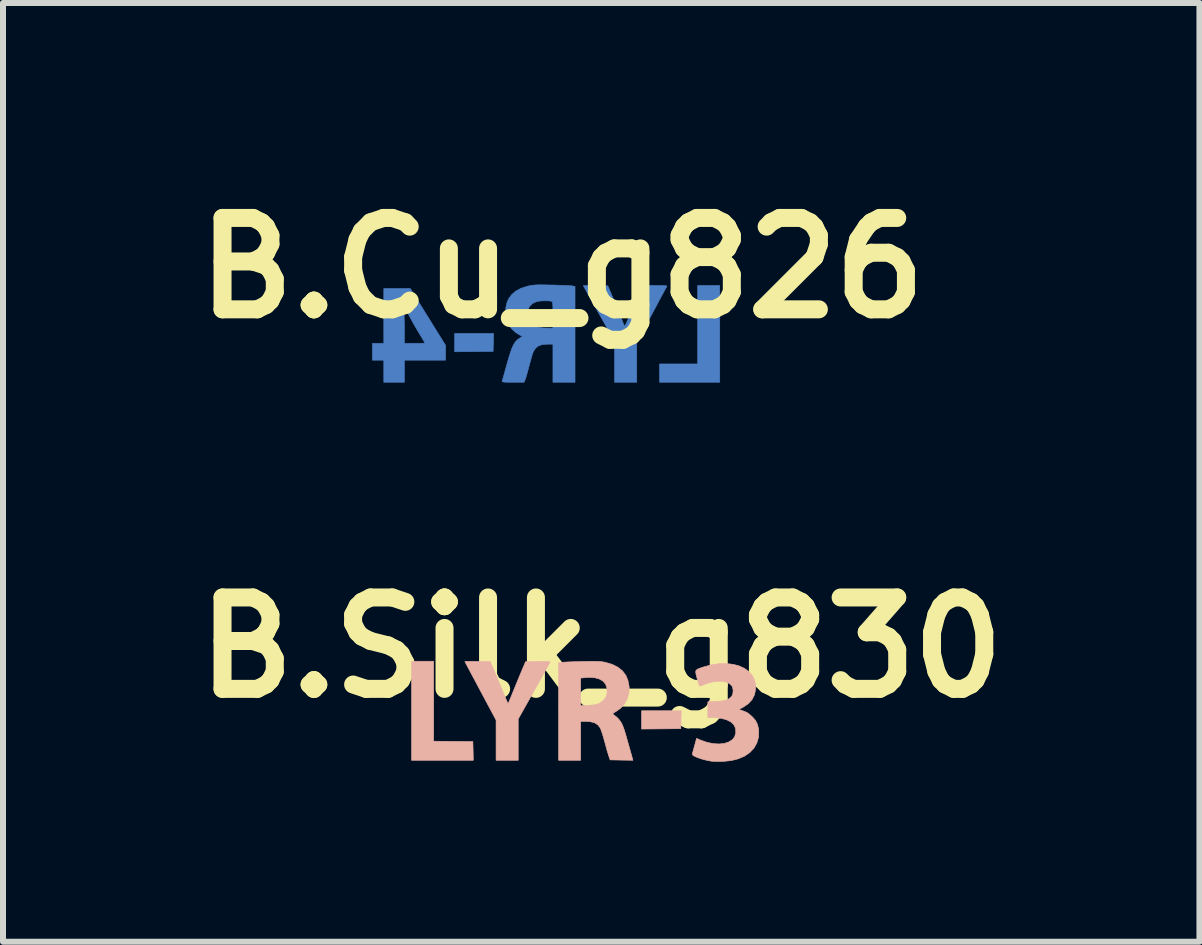
<source format=kicad_pcb>
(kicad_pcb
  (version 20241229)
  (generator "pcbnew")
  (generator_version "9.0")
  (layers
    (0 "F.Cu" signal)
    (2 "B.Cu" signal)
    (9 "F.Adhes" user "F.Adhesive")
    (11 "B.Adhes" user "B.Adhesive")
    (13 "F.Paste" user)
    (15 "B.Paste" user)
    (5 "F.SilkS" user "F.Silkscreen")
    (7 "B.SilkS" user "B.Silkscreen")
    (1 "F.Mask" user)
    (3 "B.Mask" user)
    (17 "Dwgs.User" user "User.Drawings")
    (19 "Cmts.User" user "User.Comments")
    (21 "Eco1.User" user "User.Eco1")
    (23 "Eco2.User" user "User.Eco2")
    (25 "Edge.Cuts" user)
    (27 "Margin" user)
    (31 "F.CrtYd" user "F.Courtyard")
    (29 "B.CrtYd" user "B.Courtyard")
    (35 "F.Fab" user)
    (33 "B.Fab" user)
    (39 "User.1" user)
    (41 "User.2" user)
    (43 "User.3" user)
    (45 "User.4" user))
  (footprint "B.Silk_g830"
    (layer "F.Cu")
    (at 6.974 7.746)
    (property "Reference" "B.Silk_g830" (at 0 0 0) (layer "F.SilkS") (effects (font (size 1.524 1.524) (thickness 0.3))))
    (attr through_hole)
    (fp_poly (pts (xy 1.327 1.353) (xy 0.673 1.359) (xy 0.673 1.054) (xy 1.334 1.054) (xy 1.327 1.353)) (stroke (width 0.01) (type solid)) (fill yes) (layer "B.SilkS"))
    (fp_poly (pts (xy -2.794 1.562) (xy -2.467 1.565) (xy -2.14 1.568) (xy -2.136 1.724) (xy -2.133 1.88) (xy -3.162 1.88) (xy -3.162 0.229) (xy -2.794 0.229) (xy -2.794 1.562)) (stroke (width 0.01) (type solid)) (fill yes) (layer "B.SilkS"))
    (fp_poly (pts (xy -0.887 0.232) (xy -0.865 0.234) (xy -0.856 0.239) (xy -0.855 0.246) (xy -0.856 0.249) (xy -0.864 0.264) (xy -0.883 0.299) (xy -0.912 0.351) (xy -0.949 0.418) (xy -0.993 0.498) (xy -1.043 0.587) (xy -1.098 0.684) (xy -1.124 0.731) (xy -1.384 1.192) (xy -1.384 1.88) (xy -1.753 1.88) (xy -1.753 1.21) (xy -2.013 0.724) (xy -2.068 0.621) (xy -2.118 0.526) (xy -2.164 0.441) (xy -2.203 0.367) (xy -2.235 0.307) (xy -2.258 0.263) (xy -2.271 0.238) (xy -2.273 0.233) (xy -2.261 0.231) (xy -2.228 0.231) (xy -2.178 0.23) (xy -2.115 0.231) (xy -2.062 0.231) (xy -1.851 0.235) (xy -1.784 0.39) (xy -1.754 0.459) (xy -1.719 0.543) (xy -1.682 0.632) (xy -1.647 0.717) (xy -1.637 0.742) (xy -1.61 0.807) (xy -1.587 0.862) (xy -1.568 0.904) (xy -1.556 0.929) (xy -1.552 0.934) (xy -1.546 0.921) (xy -1.532 0.889) (xy -1.512 0.841) (xy -1.487 0.78) (xy -1.461 0.716) (xy -1.428 0.635) (xy -1.393 0.55) (xy -1.36 0.47) (xy -1.331 0.401) (xy -1.317 0.368) (xy -1.261 0.235) (xy -1.055 0.231) (xy -0.978 0.23) (xy -0.923 0.23) (xy -0.887 0.232)) (stroke (width 0.01) (type solid)) (fill yes) (layer "B.SilkS"))
    (fp_poly (pts (xy -0.083 0.231) (xy -0.032 0.233) (xy 0.011 0.237) (xy 0.048 0.243) (xy 0.064 0.246) (xy 0.182 0.28) (xy 0.278 0.328) (xy 0.355 0.39) (xy 0.412 0.467) (xy 0.446 0.55) (xy 0.466 0.654) (xy 0.462 0.756) (xy 0.436 0.852) (xy 0.389 0.938) (xy 0.322 1.013) (xy 0.256 1.06) (xy 0.221 1.082) (xy 0.198 1.098) (xy 0.191 1.105) (xy 0.201 1.115) (xy 0.225 1.134) (xy 0.241 1.146) (xy 0.276 1.177) (xy 0.311 1.219) (xy 0.33 1.247) (xy 0.342 1.269) (xy 0.353 1.291) (xy 0.363 1.315) (xy 0.374 1.344) (xy 0.387 1.383) (xy 0.403 1.434) (xy 0.422 1.5) (xy 0.446 1.585) (xy 0.473 1.68) (xy 0.529 1.88) (xy 0.339 1.877) (xy 0.148 1.873) (xy 0.124 1.803) (xy 0.112 1.764) (xy 0.095 1.708) (xy 0.077 1.641) (xy 0.058 1.571) (xy 0.055 1.562) (xy 0.037 1.495) (xy 0.017 1.432) (xy -0.001 1.379) (xy -0.015 1.344) (xy -0.017 1.34) (xy -0.058 1.288) (xy -0.115 1.253) (xy -0.191 1.235) (xy -0.25 1.232) (xy -0.343 1.232) (xy -0.343 1.88) (xy -0.711 1.88) (xy -0.711 0.51) (xy -0.343 0.51) (xy -0.343 0.969) (xy -0.213 0.963) (xy -0.142 0.958) (xy -0.091 0.951) (xy -0.052 0.939) (xy -0.03 0.93) (xy 0.035 0.885) (xy 0.078 0.829) (xy 0.098 0.76) (xy 0.096 0.68) (xy 0.075 0.615) (xy 0.033 0.563) (xy -0.028 0.526) (xy -0.106 0.504) (xy -0.2 0.497) (xy -0.26 0.501) (xy -0.343 0.51) (xy -0.711 0.51) (xy -0.711 0.257) (xy -0.67 0.249) (xy -0.646 0.246) (xy -0.6 0.243) (xy -0.538 0.24) (xy -0.462 0.237) (xy -0.378 0.235) (xy -0.33 0.233) (xy -0.228 0.231) (xy -0.147 0.23) (xy -0.083 0.231)) (stroke (width 0.01) (type solid)) (fill yes) (layer "B.SilkS"))
    (fp_poly (pts (xy 2.197 0.28) (xy 2.298 0.306) (xy 2.387 0.347) (xy 2.461 0.4) (xy 2.518 0.466) (xy 2.557 0.543) (xy 2.575 0.63) (xy 2.575 0.692) (xy 2.556 0.786) (xy 2.516 0.866) (xy 2.453 0.936) (xy 2.368 0.994) (xy 2.351 1.003) (xy 2.294 1.031) (xy 2.361 1.055) (xy 2.403 1.071) (xy 2.435 1.086) (xy 2.464 1.107) (xy 2.5 1.138) (xy 2.519 1.155) (xy 2.572 1.215) (xy 2.606 1.283) (xy 2.624 1.363) (xy 2.626 1.393) (xy 2.622 1.498) (xy 2.594 1.593) (xy 2.546 1.678) (xy 2.478 1.75) (xy 2.391 1.81) (xy 2.286 1.855) (xy 2.166 1.885) (xy 2.031 1.899) (xy 2.026 1.899) (xy 1.961 1.9) (xy 1.898 1.899) (xy 1.846 1.896) (xy 1.822 1.893) (xy 1.749 1.878) (xy 1.673 1.858) (xy 1.604 1.834) (xy 1.56 1.815) (xy 1.531 1.798) (xy 1.52 1.783) (xy 1.522 1.761) (xy 1.525 1.75) (xy 1.534 1.717) (xy 1.547 1.669) (xy 1.562 1.617) (xy 1.563 1.611) (xy 1.59 1.514) (xy 1.655 1.543) (xy 1.76 1.58) (xy 1.865 1.602) (xy 1.966 1.608) (xy 2.057 1.598) (xy 2.13 1.573) (xy 2.188 1.535) (xy 2.224 1.489) (xy 2.242 1.43) (xy 2.244 1.414) (xy 2.239 1.346) (xy 2.211 1.288) (xy 2.162 1.241) (xy 2.092 1.205) (xy 2.002 1.181) (xy 1.894 1.169) (xy 1.851 1.168) (xy 1.778 1.168) (xy 1.778 0.905) (xy 1.915 0.899) (xy 2.007 0.892) (xy 2.079 0.877) (xy 2.132 0.853) (xy 2.17 0.819) (xy 2.18 0.806) (xy 2.196 0.761) (xy 2.199 0.708) (xy 2.188 0.658) (xy 2.18 0.642) (xy 2.139 0.602) (xy 2.081 0.576) (xy 2.008 0.563) (xy 1.926 0.563) (xy 1.837 0.577) (xy 1.747 0.605) (xy 1.717 0.617) (xy 1.679 0.632) (xy 1.65 0.641) (xy 1.64 0.64) (xy 1.633 0.626) (xy 1.622 0.592) (xy 1.608 0.545) (xy 1.598 0.511) (xy 1.582 0.452) (xy 1.575 0.412) (xy 1.578 0.385) (xy 1.597 0.366) (xy 1.632 0.349) (xy 1.688 0.33) (xy 1.702 0.325) (xy 1.835 0.289) (xy 1.963 0.27) (xy 2.084 0.267) (xy 2.197 0.28)) (stroke (width 0.01) (type solid)) (fill yes) (layer "B.SilkS")))
  (footprint "B.Cu_g826"
    (layer "F.Cu")
    (at 6.321 1.418)
    (property "Reference" "B.Cu_g826" (at 0 0 0) (layer "F.SilkS") (effects (font (size 1.524 1.524) (thickness 0.3))))
    (attr through_hole)
    (fp_poly (pts (xy -1.149 1.391) (xy -1.791 1.397) (xy -1.791 1.092) (xy -1.142 1.092) (xy -1.149 1.391)) (stroke (width 0.01) (type solid)) (fill yes) (layer "B.Cu"))
    (fp_poly (pts (xy 2.629 1.905) (xy 1.626 1.905) (xy 1.626 1.6) (xy 2.261 1.6) (xy 2.261 0.292) (xy 2.629 0.292) (xy 2.629 1.905)) (stroke (width 0.01) (type solid)) (fill yes) (layer "B.Cu"))
    (fp_poly (pts (xy -1.943 1.289) (xy -1.943 1.413) (xy -1.943 1.537) (xy -2.629 1.537) (xy -2.629 1.905) (xy -2.972 1.905) (xy -2.972 1.537) (xy -3.162 1.537) (xy -3.162 1.257) (xy -2.972 1.257) (xy -2.972 0.616) (xy -2.643 0.616) (xy -2.636 0.724) (xy -2.634 0.775) (xy -2.632 0.844) (xy -2.63 0.924) (xy -2.629 1.006) (xy -2.629 1.045) (xy -2.629 1.257) (xy -2.457 1.257) (xy -2.395 1.257) (xy -2.342 1.256) (xy -2.305 1.254) (xy -2.287 1.252) (xy -2.286 1.251) (xy -2.292 1.238) (xy -2.31 1.209) (xy -2.335 1.166) (xy -2.367 1.115) (xy -2.371 1.108) (xy -2.409 1.045) (xy -2.454 0.967) (xy -2.5 0.885) (xy -2.542 0.808) (xy -2.549 0.794) (xy -2.643 0.616) (xy -2.972 0.616) (xy -2.972 0.343) (xy -2.53 0.343) (xy -1.943 1.289)) (stroke (width 0.01) (type solid)) (fill yes) (layer "B.Cu"))
    (fp_poly (pts (xy 1.614 0.293) (xy 1.673 0.294) (xy 1.717 0.296) (xy 1.743 0.299) (xy 1.749 0.302) (xy 1.742 0.315) (xy 1.724 0.347) (xy 1.697 0.398) (xy 1.661 0.464) (xy 1.619 0.542) (xy 1.572 0.631) (xy 1.52 0.728) (xy 1.494 0.777) (xy 1.245 1.242) (xy 1.245 1.905) (xy 0.876 1.905) (xy 0.876 1.222) (xy 0.616 0.761) (xy 0.56 0.663) (xy 0.509 0.571) (xy 0.462 0.489) (xy 0.423 0.418) (xy 0.391 0.361) (xy 0.369 0.321) (xy 0.357 0.299) (xy 0.356 0.296) (xy 0.368 0.295) (xy 0.401 0.294) (xy 0.451 0.294) (xy 0.513 0.294) (xy 0.559 0.295) (xy 0.763 0.298) (xy 0.862 0.533) (xy 0.895 0.613) (xy 0.928 0.691) (xy 0.957 0.763) (xy 0.981 0.823) (xy 0.997 0.864) (xy 1.015 0.91) (xy 1.03 0.946) (xy 1.04 0.967) (xy 1.042 0.969) (xy 1.05 0.962) (xy 1.064 0.937) (xy 1.083 0.896) (xy 1.097 0.863) (xy 1.117 0.813) (xy 1.145 0.746) (xy 1.177 0.668) (xy 1.211 0.587) (xy 1.239 0.52) (xy 1.336 0.292) (xy 1.545 0.292) (xy 1.614 0.293)) (stroke (width 0.01) (type solid)) (fill yes) (layer "B.Cu"))
    (fp_poly (pts (xy -0.283 0.282) (xy -0.187 0.284) (xy -0.159 0.284) (xy -0.073 0.287) (xy 0.007 0.29) (xy 0.076 0.293) (xy 0.131 0.296) (xy 0.166 0.298) (xy 0.175 0.3) (xy 0.216 0.308) (xy 0.216 1.905) (xy -0.152 1.905) (xy -0.152 1.27) (xy -0.242 1.27) (xy -0.325 1.276) (xy -0.39 1.297) (xy -0.439 1.334) (xy -0.476 1.389) (xy -0.487 1.416) (xy -0.498 1.447) (xy -0.512 1.497) (xy -0.529 1.558) (xy -0.548 1.626) (xy -0.552 1.642) (xy -0.57 1.71) (xy -0.587 1.772) (xy -0.602 1.823) (xy -0.613 1.856) (xy -0.616 1.862) (xy -0.634 1.905) (xy -0.82 1.905) (xy -0.893 1.905) (xy -0.944 1.904) (xy -0.976 1.901) (xy -0.994 1.897) (xy -0.999 1.891) (xy -0.999 1.886) (xy -0.993 1.868) (xy -0.982 1.83) (xy -0.967 1.776) (xy -0.948 1.708) (xy -0.927 1.632) (xy -0.921 1.612) (xy -0.89 1.502) (xy -0.862 1.413) (xy -0.837 1.342) (xy -0.813 1.288) (xy -0.788 1.245) (xy -0.761 1.212) (xy -0.73 1.185) (xy -0.703 1.167) (xy -0.659 1.14) (xy -0.714 1.113) (xy -0.774 1.075) (xy -0.833 1.021) (xy -0.881 0.961) (xy -0.9 0.93) (xy -0.929 0.848) (xy -0.941 0.763) (xy -0.583 0.763) (xy -0.573 0.834) (xy -0.558 0.871) (xy -0.523 0.924) (xy -0.473 0.962) (xy -0.406 0.987) (xy -0.32 1) (xy -0.257 1.002) (xy -0.152 1.003) (xy -0.152 0.783) (xy -0.152 0.703) (xy -0.153 0.645) (xy -0.155 0.605) (xy -0.158 0.58) (xy -0.162 0.565) (xy -0.169 0.558) (xy -0.179 0.555) (xy -0.181 0.554) (xy -0.22 0.548) (xy -0.274 0.547) (xy -0.333 0.548) (xy -0.387 0.553) (xy -0.422 0.559) (xy -0.489 0.59) (xy -0.539 0.637) (xy -0.571 0.696) (xy -0.583 0.763) (xy -0.941 0.763) (xy -0.942 0.755) (xy -0.937 0.66) (xy -0.916 0.57) (xy -0.893 0.518) (xy -0.841 0.445) (xy -0.771 0.385) (xy -0.683 0.338) (xy -0.573 0.303) (xy -0.544 0.297) (xy -0.507 0.29) (xy -0.467 0.285) (xy -0.419 0.282) (xy -0.359 0.281) (xy -0.283 0.282)) (stroke (width 0.01) (type solid)) (fill yes) (layer "B.Cu")))
  (gr_rect
    (start -3 -3)
    (end 16.948 12.651)
    (stroke (width 0.1) (type default))
    (fill no)
    (layer "Edge.Cuts")))
</source>
